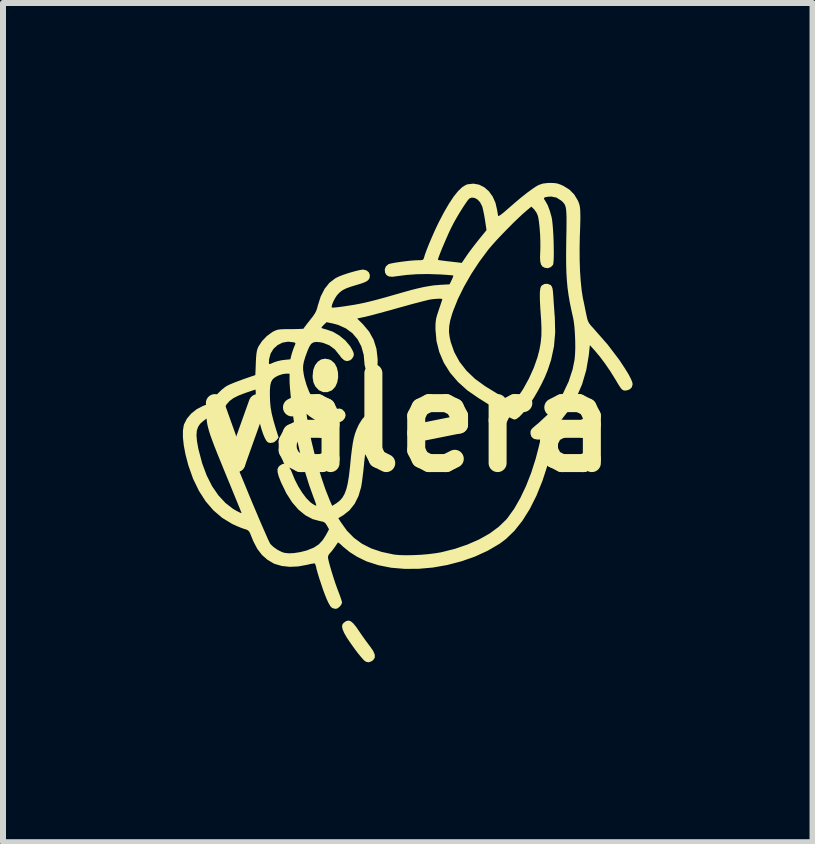
<source format=kicad_pcb>
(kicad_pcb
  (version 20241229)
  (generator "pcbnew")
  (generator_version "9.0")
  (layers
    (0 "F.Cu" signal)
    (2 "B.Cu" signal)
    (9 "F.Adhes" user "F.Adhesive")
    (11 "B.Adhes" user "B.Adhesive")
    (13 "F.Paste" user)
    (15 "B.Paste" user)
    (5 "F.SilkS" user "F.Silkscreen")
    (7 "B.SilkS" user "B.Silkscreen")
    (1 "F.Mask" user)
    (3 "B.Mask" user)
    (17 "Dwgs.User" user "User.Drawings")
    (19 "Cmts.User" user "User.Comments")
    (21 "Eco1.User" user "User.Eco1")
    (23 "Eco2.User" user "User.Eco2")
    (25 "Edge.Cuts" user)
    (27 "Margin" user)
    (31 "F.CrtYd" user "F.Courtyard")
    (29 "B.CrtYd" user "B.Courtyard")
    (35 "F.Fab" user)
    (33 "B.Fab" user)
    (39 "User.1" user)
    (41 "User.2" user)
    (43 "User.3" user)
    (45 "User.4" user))
  (footprint "valera"
    (layer "F.Cu")
    (at 3.747 3.993)
    (property "Reference" "valera" (at 0 0 0) (layer "F.SilkS") (effects (font (size 1.5 1.5) (thickness 0.3))))
    (attr board_only exclude_from_pos_files exclude_from_bom)
    (fp_poly (pts (xy -1.306 -1.05) (xy -1.269 -1.031) (xy -1.216 -0.982) (xy -1.18 -0.913) (xy -1.161 -0.833) (xy -1.159 -0.749) (xy -1.174 -0.667) (xy -1.206 -0.595) (xy -1.256 -0.541) (xy -1.269 -0.532) (xy -1.34 -0.504) (xy -1.411 -0.505) (xy -1.475 -0.534) (xy -1.484 -0.541) (xy -1.538 -0.598) (xy -1.57 -0.664) (xy -1.584 -0.746) (xy -1.584 -0.782) (xy -1.574 -0.875) (xy -1.544 -0.953) (xy -1.499 -1.012) (xy -1.442 -1.05) (xy -1.377 -1.063)) (stroke (width 0) (type solid)) (fill yes) (layer "F.SilkS"))
    (fp_poly (pts (xy -0.948 3.316) (xy -0.906 3.352) (xy -0.856 3.413) (xy -0.81 3.481) (xy -0.759 3.555) (xy -0.705 3.631) (xy -0.655 3.699) (xy -0.628 3.734) (xy -0.574 3.811) (xy -0.548 3.874) (xy -0.548 3.924) (xy -0.576 3.964) (xy -0.605 3.984) (xy -0.65 4) (xy -0.691 3.992) (xy -0.717 3.976) (xy -0.74 3.954) (xy -0.777 3.912) (xy -0.822 3.857) (xy -0.867 3.799) (xy -0.95 3.683) (xy -1.014 3.589) (xy -1.058 3.512) (xy -1.084 3.451) (xy -1.094 3.404) (xy -1.087 3.368) (xy -1.067 3.342) (xy -1.025 3.313) (xy -0.987 3.304)) (stroke (width 0) (type solid)) (fill yes) (layer "F.SilkS"))
    (fp_poly (pts (xy 2.445 -3.991) (xy 2.497 -3.983) (xy 2.549 -3.965) (xy 2.598 -3.943) (xy 2.699 -3.88) (xy 2.776 -3.802) (xy 2.836 -3.703) (xy 2.839 -3.697) (xy 2.853 -3.664) (xy 2.864 -3.63) (xy 2.872 -3.591) (xy 2.877 -3.544) (xy 2.879 -3.484) (xy 2.88 -3.407) (xy 2.878 -3.309) (xy 2.874 -3.187) (xy 2.871 -3.111) (xy 2.867 -2.908) (xy 2.868 -2.711) (xy 2.874 -2.523) (xy 2.886 -2.35) (xy 2.902 -2.198) (xy 2.922 -2.071) (xy 2.924 -2.063) (xy 2.942 -1.979) (xy 2.96 -1.889) (xy 2.977 -1.807) (xy 2.981 -1.79) (xy 2.994 -1.73) (xy 3.008 -1.686) (xy 3.028 -1.65) (xy 3.059 -1.61) (xy 3.106 -1.559) (xy 3.109 -1.555) (xy 3.333 -1.3) (xy 3.527 -1.045) (xy 3.554 -1.005) (xy 3.629 -0.89) (xy 3.686 -0.797) (xy 3.724 -0.723) (xy 3.746 -0.668) (xy 3.751 -0.634) (xy 3.737 -0.585) (xy 3.7 -0.549) (xy 3.646 -0.532) (xy 3.635 -0.531) (xy 3.61 -0.532) (xy 3.59 -0.538) (xy 3.571 -0.552) (xy 3.549 -0.579) (xy 3.52 -0.622) (xy 3.482 -0.686) (xy 3.455 -0.731) (xy 3.377 -0.856) (xy 3.292 -0.98) (xy 3.205 -1.096) (xy 3.124 -1.193) (xy 3.118 -1.2) (xy 3.038 -1.288) (xy 3.02 -1.117) (xy 2.978 -0.872) (xy 2.909 -0.637) (xy 2.814 -0.416) (xy 2.693 -0.211) (xy 2.55 -0.026) (xy 2.511 0.021) (xy 2.483 0.064) (xy 2.47 0.094) (xy 2.47 0.097) (xy 2.466 0.135) (xy 2.455 0.197) (xy 2.44 0.277) (xy 2.42 0.369) (xy 2.398 0.465) (xy 2.374 0.561) (xy 2.351 0.65) (xy 2.338 0.696) (xy 2.248 0.973) (xy 2.147 1.223) (xy 2.035 1.446) (xy 1.913 1.64) (xy 1.781 1.807) (xy 1.639 1.944) (xy 1.532 2.024) (xy 1.334 2.14) (xy 1.12 2.238) (xy 0.893 2.317) (xy 0.659 2.378) (xy 0.421 2.42) (xy 0.183 2.441) (xy -0.051 2.442) (xy -0.276 2.423) (xy -0.488 2.381) (xy -0.683 2.318) (xy -0.696 2.312) (xy -0.836 2.244) (xy -0.965 2.163) (xy -1.074 2.074) (xy -1.082 2.067) (xy -1.12 2.031) (xy -1.149 2.008) (xy -1.162 2.002) (xy -1.173 2.017) (xy -1.196 2.051) (xy -1.215 2.079) (xy -1.249 2.125) (xy -1.281 2.165) (xy -1.296 2.179) (xy -1.32 2.213) (xy -1.329 2.244) (xy -1.324 2.28) (xy -1.31 2.339) (xy -1.289 2.416) (xy -1.263 2.503) (xy -1.234 2.596) (xy -1.204 2.687) (xy -1.174 2.771) (xy -1.158 2.813) (xy -1.132 2.881) (xy -1.111 2.941) (xy -1.098 2.985) (xy -1.094 3.003) (xy -1.106 3.038) (xy -1.135 3.074) (xy -1.171 3.101) (xy -1.199 3.109) (xy -1.235 3.102) (xy -1.261 3.092) (xy -1.288 3.066) (xy -1.32 3.011) (xy -1.35 2.946) (xy -1.381 2.869) (xy -1.414 2.779) (xy -1.446 2.683) (xy -1.477 2.59) (xy -1.502 2.507) (xy -1.52 2.442) (xy -1.524 2.419) (xy -1.535 2.379) (xy -1.546 2.354) (xy -1.548 2.352) (xy -1.568 2.352) (xy -1.611 2.359) (xy -1.667 2.372) (xy -1.69 2.377) (xy -1.828 2.402) (xy -1.966 2.408) (xy -2.097 2.394) (xy -2.212 2.361) (xy -2.235 2.351) (xy -2.34 2.289) (xy -2.429 2.21) (xy -2.506 2.11) (xy -2.572 1.984) (xy -2.602 1.911) (xy -2.625 1.854) (xy -2.643 1.819) (xy -2.664 1.799) (xy -2.693 1.785) (xy -2.728 1.775) (xy -2.781 1.756) (xy -2.849 1.728) (xy -2.919 1.696) (xy -2.932 1.689) (xy -3.093 1.591) (xy -3.239 1.466) (xy -3.368 1.316) (xy -3.481 1.14) (xy -3.578 0.939) (xy -3.657 0.715) (xy -3.705 0.531) (xy -3.733 0.382) (xy -3.747 0.249) (xy -3.747 0.214) (xy -3.521 0.214) (xy -3.513 0.31) (xy -3.492 0.43) (xy -3.485 0.459) (xy -3.426 0.683) (xy -3.351 0.884) (xy -3.261 1.063) (xy -3.156 1.216) (xy -3.038 1.343) (xy -2.908 1.444) (xy -2.842 1.481) (xy -2.798 1.503) (xy -2.776 1.513) (xy -2.771 1.51) (xy -2.775 1.495) (xy -2.778 1.489) (xy -2.786 1.469) (xy -2.804 1.423) (xy -2.832 1.355) (xy -2.868 1.267) (xy -2.911 1.162) (xy -2.959 1.044) (xy -3.012 0.916) (xy -3.05 0.823) (xy -3.118 0.656) (xy -3.175 0.516) (xy -3.222 0.397) (xy -3.259 0.298) (xy -3.289 0.216) (xy -3.311 0.147) (xy -3.327 0.088) (xy -3.339 0.036) (xy -3.347 -0.011) (xy -3.349 -0.028) (xy -3.352 -0.055) (xy -3.109 -0.055) (xy -3.107 -0.011) (xy -3.105 0.014) (xy -3.102 0.039) (xy -3.096 0.068) (xy -3.086 0.102) (xy -3.073 0.145) (xy -3.054 0.199) (xy -3.029 0.265) (xy -2.997 0.346) (xy -2.958 0.445) (xy -2.91 0.564) (xy -2.852 0.705) (xy -2.784 0.871) (xy -2.715 1.037) (xy -2.648 1.201) (xy -2.583 1.357) (xy -2.521 1.503) (xy -2.465 1.636) (xy -2.414 1.754) (xy -2.37 1.854) (xy -2.335 1.934) (xy -2.308 1.991) (xy -2.292 2.022) (xy -2.29 2.026) (xy -2.24 2.075) (xy -2.172 2.123) (xy -2.099 2.16) (xy -2.058 2.174) (xy -1.986 2.183) (xy -1.895 2.179) (xy -1.793 2.163) (xy -1.689 2.137) (xy -1.672 2.131) (xy -1.565 2.088) (xy -1.481 2.033) (xy -1.414 1.96) (xy -1.361 1.876) (xy -1.311 1.782) (xy -1.346 1.72) (xy -1.372 1.68) (xy -1.402 1.659) (xy -1.447 1.648) (xy -1.452 1.648) (xy -1.583 1.613) (xy -1.705 1.549) (xy -1.82 1.455) (xy -1.926 1.333) (xy -2.022 1.183) (xy -2.108 1.006) (xy -2.117 0.985) (xy -2.151 0.897) (xy -2.168 0.831) (xy -2.17 0.782) (xy -2.156 0.746) (xy -2.131 0.72) (xy -2.095 0.698) (xy -2.063 0.688) (xy -2.062 0.688) (xy -2.022 0.702) (xy -1.981 0.741) (xy -1.945 0.8) (xy -1.93 0.836) (xy -1.881 0.955) (xy -1.822 1.07) (xy -1.756 1.175) (xy -1.688 1.265) (xy -1.621 1.332) (xy -1.597 1.35) (xy -1.558 1.375) (xy -1.531 1.388) (xy -1.524 1.389) (xy -1.526 1.372) (xy -1.538 1.333) (xy -1.558 1.278) (xy -1.572 1.242) (xy -1.643 1.044) (xy -1.711 0.824) (xy -1.775 0.59) (xy -1.83 0.349) (xy -1.876 0.111) (xy -1.883 0.074) (xy -1.902 -0.05) (xy -1.92 -0.182) (xy -1.937 -0.315) (xy -1.95 -0.442) (xy -1.961 -0.557) (xy -1.968 -0.654) (xy -1.969 -0.719) (xy -1.969 -0.813) (xy -2.033 -0.813) (xy -2.089 -0.804) (xy -2.154 -0.782) (xy -2.174 -0.773) (xy -2.222 -0.745) (xy -2.256 -0.712) (xy -2.278 -0.67) (xy -2.291 -0.613) (xy -2.297 -0.534) (xy -2.297 -0.458) (xy -2.294 -0.351) (xy -2.285 -0.251) (xy -2.267 -0.149) (xy -2.239 -0.036) (xy -2.202 0.09) (xy -2.152 0.251) (xy -2.183 0.293) (xy -2.229 0.332) (xy -2.286 0.343) (xy -2.321 0.337) (xy -2.349 0.316) (xy -2.378 0.268) (xy -2.408 0.199) (xy -2.437 0.112) (xy -2.465 0.013) (xy -2.489 -0.093) (xy -2.509 -0.203) (xy -2.524 -0.311) (xy -2.531 -0.412) (xy -2.532 -0.449) (xy -2.533 -0.5) (xy -2.535 -0.535) (xy -2.538 -0.547) (xy -2.555 -0.542) (xy -2.595 -0.529) (xy -2.651 -0.51) (xy -2.707 -0.491) (xy -2.816 -0.449) (xy -2.901 -0.407) (xy -2.966 -0.36) (xy -3.017 -0.304) (xy -3.06 -0.234) (xy -3.074 -0.206) (xy -3.096 -0.155) (xy -3.107 -0.109) (xy -3.109 -0.055) (xy -3.352 -0.055) (xy -3.353 -0.064) (xy -3.407 -0.024) (xy -3.459 0.022) (xy -3.494 0.074) (xy -3.515 0.137) (xy -3.521 0.214) (xy -3.747 0.214) (xy -3.747 0.137) (xy -3.733 0.047) (xy -3.729 0.034) (xy -3.682 -0.06) (xy -3.609 -0.147) (xy -3.516 -0.221) (xy -3.407 -0.277) (xy -3.348 -0.298) (xy -3.292 -0.323) (xy -3.258 -0.361) (xy -3.256 -0.365) (xy -3.22 -0.42) (xy -3.165 -0.482) (xy -3.103 -0.542) (xy -3.041 -0.592) (xy -3.017 -0.607) (xy -2.975 -0.628) (xy -2.912 -0.655) (xy -2.835 -0.685) (xy -2.754 -0.715) (xy -2.743 -0.719) (xy -2.54 -0.789) (xy -2.536 -0.877) (xy -1.743 -0.877) (xy -1.733 -0.805) (xy -1.72 -0.742) (xy -1.687 -0.626) (xy -1.644 -0.514) (xy -1.594 -0.415) (xy -1.54 -0.334) (xy -1.501 -0.292) (xy -1.424 -0.238) (xy -1.34 -0.212) (xy -1.246 -0.214) (xy -1.216 -0.219) (xy -1.163 -0.229) (xy -1.128 -0.23) (xy -1.101 -0.221) (xy -1.087 -0.213) (xy -1.048 -0.172) (xy -1.034 -0.123) (xy -1.046 -0.074) (xy -1.08 -0.031) (xy -1.125 -0.006) (xy -1.169 0.004) (xy -1.231 0.011) (xy -1.293 0.014) (xy -1.42 0.003) (xy -1.532 -0.034) (xy -1.624 -0.093) (xy -1.686 -0.142) (xy -1.678 -0.083) (xy -1.647 0.105) (xy -1.605 0.308) (xy -1.554 0.518) (xy -1.497 0.727) (xy -1.435 0.929) (xy -1.371 1.117) (xy -1.306 1.281) (xy -1.294 1.31) (xy -1.258 1.392) (xy -1.185 1.346) (xy -1.132 1.305) (xy -1.088 1.255) (xy -1.052 1.192) (xy -1.022 1.112) (xy -0.998 1.012) (xy -0.978 0.888) (xy -0.961 0.737) (xy -0.96 0.727) (xy -0.945 0.575) (xy -0.93 0.451) (xy -0.915 0.348) (xy -0.898 0.262) (xy -0.878 0.189) (xy -0.854 0.123) (xy -0.826 0.061) (xy -0.81 0.029) (xy -0.758 -0.054) (xy -0.703 -0.115) (xy -0.648 -0.152) (xy -0.597 -0.163) (xy -0.55 -0.146) (xy -0.529 -0.126) (xy -0.503 -0.073) (xy -0.508 -0.015) (xy -0.544 0.046) (xy -0.545 0.047) (xy -0.587 0.104) (xy -0.622 0.165) (xy -0.65 0.233) (xy -0.674 0.315) (xy -0.693 0.413) (xy -0.71 0.533) (xy -0.726 0.679) (xy -0.727 0.696) (xy -0.737 0.794) (xy -0.749 0.892) (xy -0.76 0.98) (xy -0.771 1.05) (xy -0.776 1.079) (xy -0.82 1.23) (xy -0.885 1.359) (xy -0.97 1.466) (xy -1.076 1.55) (xy -1.089 1.557) (xy -1.156 1.597) (xy -1.115 1.662) (xy -1.013 1.805) (xy -0.896 1.924) (xy -0.763 2.022) (xy -0.61 2.1) (xy -0.435 2.159) (xy -0.235 2.202) (xy -0.224 2.204) (xy -0.138 2.212) (xy -0.03 2.215) (xy 0.093 2.213) (xy 0.222 2.207) (xy 0.35 2.196) (xy 0.468 2.181) (xy 0.556 2.166) (xy 0.785 2.109) (xy 0.999 2.036) (xy 1.194 1.95) (xy 1.368 1.852) (xy 1.517 1.742) (xy 1.64 1.624) (xy 1.667 1.592) (xy 1.776 1.44) (xy 1.878 1.262) (xy 1.974 1.06) (xy 2.06 0.84) (xy 2.135 0.605) (xy 2.187 0.404) (xy 2.215 0.285) (xy 2.163 0.286) (xy 2.106 0.275) (xy 2.066 0.242) (xy 2.048 0.191) (xy 2.048 0.181) (xy 2.049 0.154) (xy 2.054 0.132) (xy 2.068 0.111) (xy 2.095 0.084) (xy 2.138 0.047) (xy 2.18 0.013) (xy 2.336 -0.132) (xy 2.474 -0.3) (xy 2.591 -0.484) (xy 2.684 -0.681) (xy 2.751 -0.886) (xy 2.783 -1.045) (xy 2.791 -1.132) (xy 2.795 -1.239) (xy 2.794 -1.357) (xy 2.789 -1.477) (xy 2.781 -1.59) (xy 2.769 -1.688) (xy 2.759 -1.743) (xy 2.728 -1.882) (xy 2.702 -2.008) (xy 2.682 -2.127) (xy 2.666 -2.244) (xy 2.655 -2.364) (xy 2.647 -2.492) (xy 2.643 -2.633) (xy 2.642 -2.793) (xy 2.644 -2.977) (xy 2.645 -3.063) (xy 2.648 -3.209) (xy 2.649 -3.328) (xy 2.649 -3.422) (xy 2.646 -3.495) (xy 2.642 -3.551) (xy 2.634 -3.593) (xy 2.623 -3.625) (xy 2.608 -3.65) (xy 2.588 -3.673) (xy 2.564 -3.695) (xy 2.558 -3.7) (xy 2.482 -3.748) (xy 2.395 -3.766) (xy 2.334 -3.762) (xy 2.289 -3.753) (xy 2.272 -3.74) (xy 2.278 -3.718) (xy 2.295 -3.693) (xy 2.335 -3.622) (xy 2.371 -3.526) (xy 2.4 -3.423) (xy 2.409 -3.372) (xy 2.417 -3.299) (xy 2.424 -3.212) (xy 2.43 -3.114) (xy 2.434 -3.013) (xy 2.436 -2.912) (xy 2.437 -2.819) (xy 2.436 -2.738) (xy 2.432 -2.675) (xy 2.427 -2.636) (xy 2.424 -2.628) (xy 2.387 -2.589) (xy 2.335 -2.571) (xy 2.281 -2.58) (xy 2.246 -2.601) (xy 2.223 -2.634) (xy 2.211 -2.684) (xy 2.207 -2.756) (xy 2.211 -2.849) (xy 2.213 -2.936) (xy 2.212 -3.037) (xy 2.208 -3.144) (xy 2.2 -3.248) (xy 2.19 -3.342) (xy 2.178 -3.416) (xy 2.171 -3.445) (xy 2.148 -3.498) (xy 2.113 -3.547) (xy 2.109 -3.552) (xy 2.063 -3.598) (xy 1.981 -3.53) (xy 1.918 -3.475) (xy 1.84 -3.402) (xy 1.752 -3.317) (xy 1.659 -3.223) (xy 1.567 -3.128) (xy 1.481 -3.037) (xy 1.407 -2.954) (xy 1.349 -2.886) (xy 1.341 -2.876) (xy 1.194 -2.678) (xy 1.059 -2.472) (xy 0.94 -2.264) (xy 0.839 -2.06) (xy 0.761 -1.865) (xy 0.743 -1.814) (xy 0.71 -1.7) (xy 0.693 -1.604) (xy 0.689 -1.514) (xy 0.7 -1.422) (xy 0.719 -1.338) (xy 0.778 -1.17) (xy 0.865 -1.011) (xy 0.981 -0.862) (xy 1.122 -0.727) (xy 1.287 -0.607) (xy 1.32 -0.586) (xy 1.402 -0.536) (xy 1.492 -0.481) (xy 1.578 -0.428) (xy 1.616 -0.404) (xy 1.758 -0.316) (xy 1.818 -0.396) (xy 1.926 -0.556) (xy 2.023 -0.733) (xy 2.105 -0.915) (xy 2.164 -1.084) (xy 2.197 -1.21) (xy 2.218 -1.328) (xy 2.23 -1.446) (xy 2.231 -1.574) (xy 2.225 -1.722) (xy 2.222 -1.756) (xy 2.212 -1.899) (xy 2.206 -2.014) (xy 2.204 -2.104) (xy 2.205 -2.172) (xy 2.21 -2.222) (xy 2.219 -2.257) (xy 2.233 -2.279) (xy 2.235 -2.282) (xy 2.28 -2.308) (xy 2.333 -2.311) (xy 2.381 -2.292) (xy 2.39 -2.284) (xy 2.405 -2.262) (xy 2.416 -2.229) (xy 2.423 -2.177) (xy 2.429 -2.1) (xy 2.429 -2.1) (xy 2.434 -2.02) (xy 2.441 -1.923) (xy 2.448 -1.821) (xy 2.454 -1.742) (xy 2.46 -1.499) (xy 2.44 -1.268) (xy 2.392 -1.043) (xy 2.334 -0.868) (xy 2.288 -0.756) (xy 2.233 -0.641) (xy 2.172 -0.527) (xy 2.108 -0.417) (xy 2.042 -0.315) (xy 1.977 -0.225) (xy 1.916 -0.149) (xy 1.861 -0.092) (xy 1.813 -0.057) (xy 1.781 -0.047) (xy 1.755 -0.056) (xy 1.708 -0.078) (xy 1.647 -0.113) (xy 1.577 -0.155) (xy 1.545 -0.176) (xy 1.457 -0.233) (xy 1.36 -0.294) (xy 1.266 -0.353) (xy 1.187 -0.402) (xy 1.181 -0.406) (xy 0.997 -0.533) (xy 0.839 -0.675) (xy 0.707 -0.829) (xy 0.603 -0.995) (xy 0.528 -1.171) (xy 0.481 -1.356) (xy 0.464 -1.547) (xy 0.464 -1.624) (xy 0.468 -1.682) (xy 0.476 -1.735) (xy 0.492 -1.794) (xy 0.517 -1.868) (xy 0.52 -1.879) (xy 0.543 -1.946) (xy 0.562 -2.002) (xy 0.574 -2.04) (xy 0.578 -2.055) (xy 0.564 -2.061) (xy 0.526 -2.063) (xy 0.472 -2.06) (xy 0.41 -2.054) (xy 0.366 -2.047) (xy 0.327 -2.038) (xy 0.263 -2.022) (xy 0.178 -2) (xy 0.078 -1.974) (xy -0.033 -1.943) (xy -0.15 -1.911) (xy -0.164 -1.907) (xy -0.283 -1.873) (xy -0.398 -1.842) (xy -0.505 -1.813) (xy -0.597 -1.788) (xy -0.67 -1.77) (xy -0.719 -1.758) (xy -0.722 -1.758) (xy -0.842 -1.732) (xy -0.745 -1.636) (xy -0.642 -1.513) (xy -0.567 -1.377) (xy -0.52 -1.227) (xy -0.501 -1.062) (xy -0.5 -1.033) (xy -0.502 -0.969) (xy -0.507 -0.927) (xy -0.519 -0.899) (xy -0.534 -0.88) (xy -0.581 -0.848) (xy -0.629 -0.844) (xy -0.672 -0.863) (xy -0.704 -0.903) (xy -0.719 -0.962) (xy -0.719 -0.973) (xy -0.733 -1.127) (xy -0.772 -1.266) (xy -0.835 -1.386) (xy -0.922 -1.488) (xy -1.031 -1.568) (xy -1.16 -1.626) (xy -1.246 -1.649) (xy -1.352 -1.671) (xy -1.395 -1.63) (xy -1.423 -1.601) (xy -1.437 -1.581) (xy -1.438 -1.578) (xy -1.424 -1.569) (xy -1.389 -1.558) (xy -1.356 -1.55) (xy -1.245 -1.511) (xy -1.137 -1.447) (xy -1.039 -1.366) (xy -0.96 -1.272) (xy -0.924 -1.211) (xy -0.903 -1.164) (xy -0.897 -1.132) (xy -0.904 -1.101) (xy -0.906 -1.095) (xy -0.932 -1.057) (xy -0.963 -1.034) (xy -1.013 -1.022) (xy -1.058 -1.036) (xy -1.104 -1.077) (xy -1.136 -1.12) (xy -1.215 -1.218) (xy -1.307 -1.286) (xy -1.412 -1.327) (xy -1.463 -1.337) (xy -1.527 -1.342) (xy -1.574 -1.333) (xy -1.61 -1.308) (xy -1.64 -1.261) (xy -1.672 -1.188) (xy -1.672 -1.187) (xy -1.708 -1.089) (xy -1.731 -1.01) (xy -1.743 -0.942) (xy -1.743 -0.877) (xy -2.536 -0.877) (xy -2.531 -0.993) (xy -2.531 -1.009) (xy -2.313 -1.009) (xy -2.313 -0.984) (xy -2.307 -0.973) (xy -2.289 -0.975) (xy -2.253 -0.991) (xy -2.23 -1.001) (xy -2.173 -1.02) (xy -2.104 -1.036) (xy -2.057 -1.042) (xy -1.956 -1.052) (xy -1.938 -1.124) (xy -1.92 -1.185) (xy -1.897 -1.248) (xy -1.892 -1.261) (xy -1.875 -1.301) (xy -1.871 -1.321) (xy -1.882 -1.33) (xy -1.897 -1.335) (xy -1.994 -1.346) (xy -2.087 -1.33) (xy -2.168 -1.289) (xy -2.236 -1.228) (xy -2.285 -1.148) (xy -2.31 -1.055) (xy -2.313 -1.009) (xy -2.531 -1.009) (xy -2.527 -1.082) (xy -2.521 -1.147) (xy -2.513 -1.195) (xy -2.502 -1.233) (xy -2.487 -1.266) (xy -2.427 -1.357) (xy -2.347 -1.44) (xy -2.257 -1.506) (xy -2.243 -1.514) (xy -2.21 -1.53) (xy -2.179 -1.542) (xy -2.145 -1.549) (xy -2.099 -1.553) (xy -2.036 -1.555) (xy -1.95 -1.555) (xy -1.872 -1.556) (xy -1.807 -1.558) (xy -1.76 -1.56) (xy -1.736 -1.563) (xy -1.735 -1.564) (xy -1.726 -1.579) (xy -1.701 -1.613) (xy -1.664 -1.661) (xy -1.629 -1.705) (xy -1.579 -1.769) (xy -1.545 -1.82) (xy -1.522 -1.866) (xy -1.506 -1.915) (xy -1.497 -1.951) (xy -1.449 -2.101) (xy -1.385 -2.227) (xy -1.304 -2.328) (xy -1.207 -2.402) (xy -1.193 -2.41) (xy -1.141 -2.435) (xy -1.07 -2.462) (xy -0.989 -2.489) (xy -0.907 -2.513) (xy -0.831 -2.533) (xy -0.771 -2.545) (xy -0.742 -2.548) (xy -0.687 -2.535) (xy -0.648 -2.503) (xy -0.63 -2.458) (xy -0.635 -2.408) (xy -0.651 -2.381) (xy -0.673 -2.36) (xy -0.709 -2.34) (xy -0.766 -2.318) (xy -0.847 -2.293) (xy -0.852 -2.292) (xy -0.953 -2.261) (xy -1.029 -2.233) (xy -1.087 -2.203) (xy -1.132 -2.169) (xy -1.171 -2.128) (xy -1.183 -2.113) (xy -1.212 -2.068) (xy -1.238 -2.018) (xy -1.258 -1.969) (xy -1.267 -1.932) (xy -1.264 -1.915) (xy -1.245 -1.914) (xy -1.201 -1.917) (xy -1.137 -1.924) (xy -1.06 -1.935) (xy -0.975 -1.948) (xy -0.886 -1.962) (xy -0.801 -1.978) (xy -0.725 -1.994) (xy -0.719 -1.995) (xy -0.644 -2.013) (xy -0.548 -2.037) (xy -0.44 -2.066) (xy -0.329 -2.097) (xy -0.242 -2.122) (xy -0.081 -2.168) (xy 0.055 -2.206) (xy 0.17 -2.235) (xy 0.269 -2.257) (xy 0.357 -2.273) (xy 0.437 -2.285) (xy 0.515 -2.291) (xy 0.533 -2.293) (xy 0.699 -2.302) (xy 0.733 -2.372) (xy 0.752 -2.414) (xy 0.761 -2.442) (xy 0.761 -2.449) (xy 0.744 -2.452) (xy 0.701 -2.456) (xy 0.638 -2.461) (xy 0.561 -2.466) (xy 0.519 -2.468) (xy 0.337 -2.474) (xy 0.157 -2.471) (xy -0.014 -2.459) (xy -0.164 -2.44) (xy -0.177 -2.438) (xy -0.257 -2.428) (xy -0.314 -2.434) (xy -0.352 -2.456) (xy -0.376 -2.495) (xy -0.376 -2.496) (xy -0.382 -2.551) (xy -0.363 -2.601) (xy -0.323 -2.636) (xy -0.315 -2.64) (xy -0.277 -2.65) (xy -0.215 -2.662) (xy -0.138 -2.674) (xy -0.054 -2.685) (xy 0.031 -2.695) (xy 0.107 -2.701) (xy 0.167 -2.704) (xy 0.171 -2.704) (xy 0.222 -2.705) (xy 0.251 -2.71) (xy 0.254 -2.714) (xy 0.505 -2.714) (xy 0.505 -2.71) (xy 0.522 -2.706) (xy 0.564 -2.7) (xy 0.625 -2.692) (xy 0.698 -2.683) (xy 0.705 -2.683) (xy 0.779 -2.674) (xy 0.84 -2.667) (xy 0.882 -2.662) (xy 0.9 -2.66) (xy 0.9 -2.659) (xy 0.909 -2.67) (xy 0.931 -2.702) (xy 0.962 -2.747) (xy 0.975 -2.767) (xy 1.014 -2.823) (xy 1.066 -2.893) (xy 1.125 -2.97) (xy 1.181 -3.041) (xy 1.315 -3.206) (xy 1.29 -3.373) (xy 1.277 -3.45) (xy 1.262 -3.523) (xy 1.249 -3.581) (xy 1.241 -3.606) (xy 1.208 -3.67) (xy 1.164 -3.717) (xy 1.114 -3.744) (xy 1.064 -3.748) (xy 1.028 -3.732) (xy 1.005 -3.707) (xy 0.971 -3.659) (xy 0.928 -3.595) (xy 0.88 -3.519) (xy 0.83 -3.436) (xy 0.782 -3.352) (xy 0.753 -3.298) (xy 0.725 -3.243) (xy 0.692 -3.174) (xy 0.657 -3.095) (xy 0.621 -3.012) (xy 0.586 -2.93) (xy 0.555 -2.855) (xy 0.53 -2.79) (xy 0.512 -2.741) (xy 0.505 -2.714) (xy 0.254 -2.714) (xy 0.265 -2.724) (xy 0.273 -2.747) (xy 0.289 -2.8) (xy 0.316 -2.874) (xy 0.351 -2.963) (xy 0.392 -3.06) (xy 0.435 -3.159) (xy 0.478 -3.253) (xy 0.516 -3.332) (xy 0.607 -3.506) (xy 0.691 -3.65) (xy 0.769 -3.767) (xy 0.841 -3.857) (xy 0.908 -3.921) (xy 0.971 -3.96) (xy 0.999 -3.97) (xy 1.097 -3.981) (xy 1.191 -3.964) (xy 1.277 -3.921) (xy 1.354 -3.854) (xy 1.417 -3.767) (xy 1.464 -3.662) (xy 1.492 -3.542) (xy 1.492 -3.54) (xy 1.5 -3.491) (xy 1.507 -3.453) (xy 1.509 -3.442) (xy 1.523 -3.443) (xy 1.557 -3.465) (xy 1.608 -3.506) (xy 1.675 -3.564) (xy 1.676 -3.565) (xy 1.786 -3.661) (xy 1.891 -3.749) (xy 1.988 -3.826) (xy 2.074 -3.889) (xy 2.144 -3.936) (xy 2.188 -3.96) (xy 2.254 -3.982) (xy 2.334 -3.992) (xy 2.376 -3.993)) (stroke (width 0) (type solid)) (fill yes) (layer "F.SilkS")))
  (gr_rect
    (start -3 -3)
    (end 10.498 10.993)
    (stroke (width 0.1) (type default))
    (fill no)
    (layer "Edge.Cuts")))
</source>
